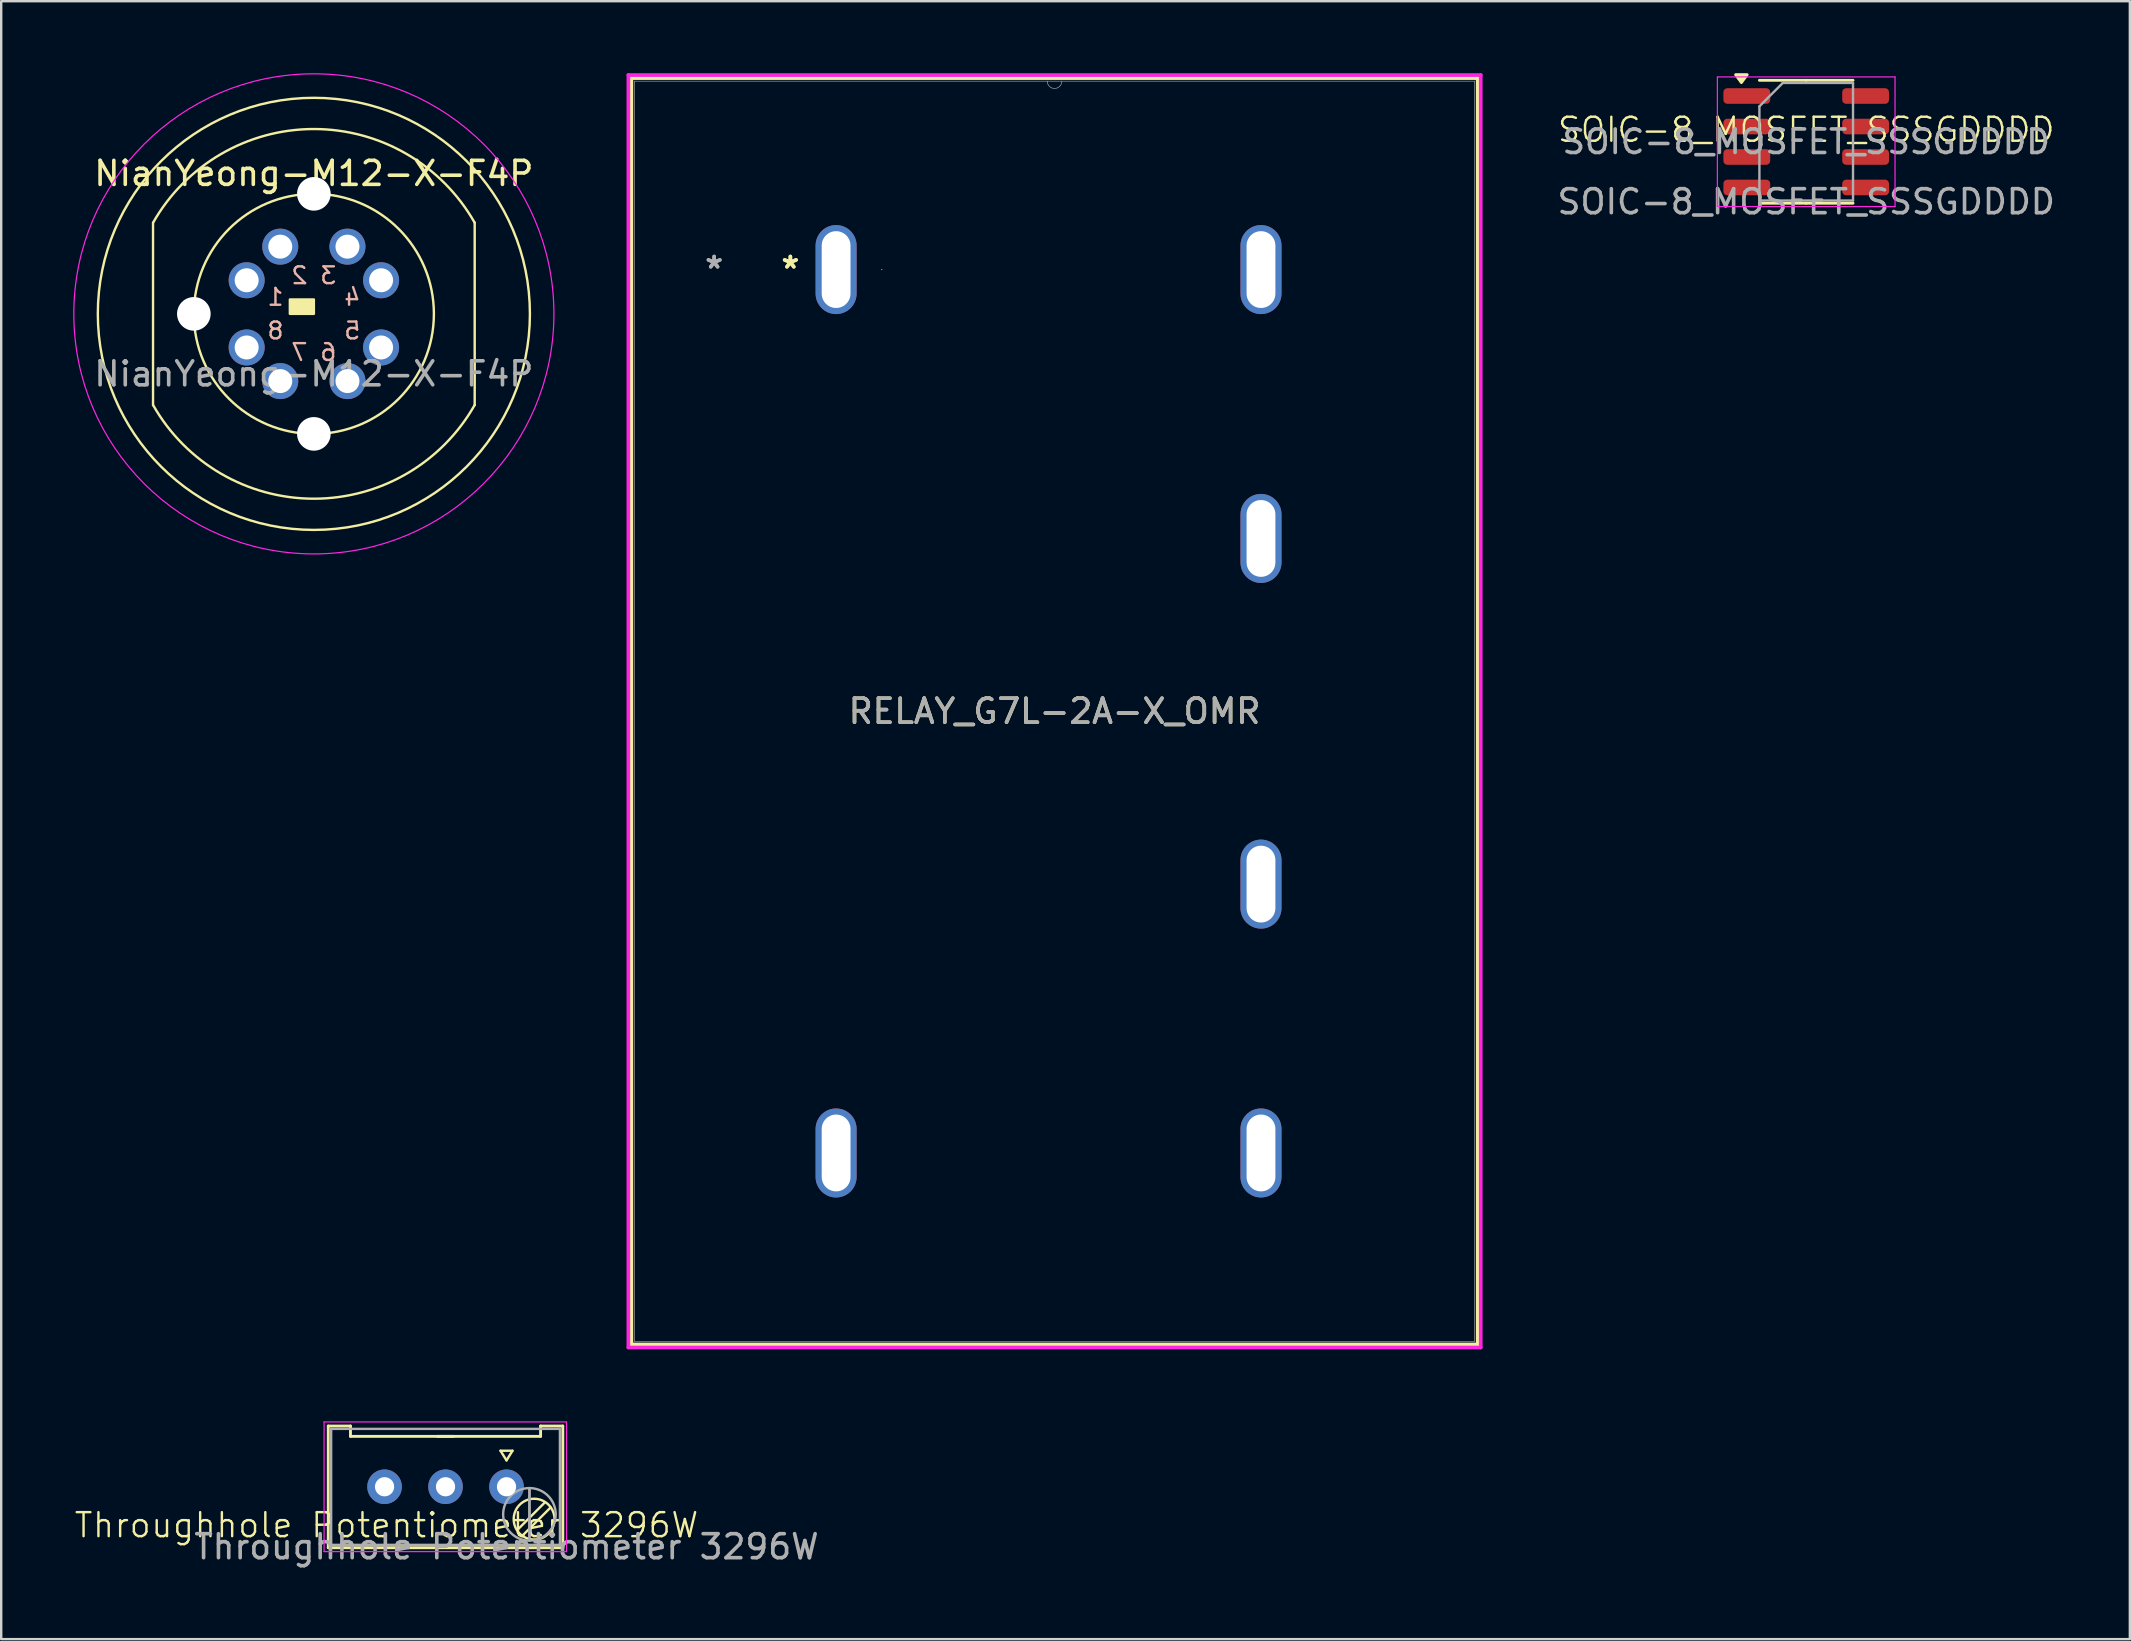
<source format=kicad_pcb>
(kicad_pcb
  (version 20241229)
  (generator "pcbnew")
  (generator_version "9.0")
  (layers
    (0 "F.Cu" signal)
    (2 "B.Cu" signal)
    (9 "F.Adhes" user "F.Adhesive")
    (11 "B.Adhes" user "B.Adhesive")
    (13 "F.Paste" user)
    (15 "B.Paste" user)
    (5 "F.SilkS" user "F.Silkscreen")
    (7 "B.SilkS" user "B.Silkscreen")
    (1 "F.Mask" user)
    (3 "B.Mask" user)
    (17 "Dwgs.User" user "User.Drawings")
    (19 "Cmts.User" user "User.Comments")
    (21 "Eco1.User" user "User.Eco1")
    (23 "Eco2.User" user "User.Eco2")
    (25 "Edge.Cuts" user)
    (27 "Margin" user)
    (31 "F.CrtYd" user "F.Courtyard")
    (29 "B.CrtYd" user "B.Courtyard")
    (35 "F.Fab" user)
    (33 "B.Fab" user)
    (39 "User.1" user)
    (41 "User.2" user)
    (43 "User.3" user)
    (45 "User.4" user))
  (footprint "RELAY_G7L-2A-X_OMR"
    (layer "F.Cu")
    (at 31.78 8.18)
    (property "Reference" "RELAY_G7L-2A-X_OMR" (at 9.1 18.4 0) (unlocked yes) (layer "F.SilkS") (effects (font (size 1 1) (thickness 0.15))))
    (attr through_hole)
    (fp_line (start -8.527 -7.977) (end -8.527 44.777) (stroke (width 0.152) (type solid)) (layer "F.SilkS"))
    (fp_line (start -8.527 44.777) (end 26.727 44.777) (stroke (width 0.152) (type solid)) (layer "F.SilkS"))
    (fp_line (start 26.727 -7.977) (end -8.527 -7.977) (stroke (width 0.152) (type solid)) (layer "F.SilkS"))
    (fp_line (start 26.727 44.777) (end 26.727 -7.977) (stroke (width 0.152) (type solid)) (layer "F.SilkS"))
    (fp_line (start -8.654 -8.104) (end 26.854 -8.104) (stroke (width 0.152) (type solid)) (layer "F.CrtYd"))
    (fp_line (start -8.654 44.904) (end -8.654 -8.104) (stroke (width 0.152) (type solid)) (layer "F.CrtYd"))
    (fp_line (start 26.854 -8.104) (end 26.854 44.904) (stroke (width 0.152) (type solid)) (layer "F.CrtYd"))
    (fp_line (start 26.854 44.904) (end -8.654 44.904) (stroke (width 0.152) (type solid)) (layer "F.CrtYd"))
    (fp_line (start -8.4 -7.85) (end -8.4 44.65) (stroke (width 0.025) (type solid)) (layer "F.Fab"))
    (fp_line (start -8.4 44.65) (end 26.6 44.65) (stroke (width 0.025) (type solid)) (layer "F.Fab"))
    (fp_line (start 26.6 -7.85) (end -8.4 -7.85) (stroke (width 0.025) (type solid)) (layer "F.Fab"))
    (fp_line (start 26.6 44.65) (end 26.6 -7.85) (stroke (width 0.025) (type solid)) (layer "F.Fab"))
    (fp_arc (start 9.4048 -7.849987) (mid 9.1 -7.545187) (end 8.7952 -7.849987) (stroke (width 0.0254) (type solid)) (layer "F.Fab"))
    (fp_circle (center 1.901 -0.000001) (end 1.901 -0.000001) (stroke (width 0.025) (type solid)) (fill no) (layer "F.Fab"))
    (fp_text user "*" (at -1.905 0 0) (layer "F.SilkS") (effects (font (size 1 1) (thickness 0.15))))
    (fp_text user "*" (at -1.905 0 0) (unlocked yes) (layer "F.SilkS") (effects (font (size 1 1) (thickness 0.15))))
    (fp_text user "*" (at -5.08 0 0) (layer "F.Fab") (effects (font (size 1 1) (thickness 0.15))))
    (fp_text user "*" (at -5.08 0 0) (unlocked yes) (layer "F.Fab") (effects (font (size 1 1) (thickness 0.15))))
    (fp_text user "${REFERENCE}" (at 9.1 18.4 0) (unlocked yes) (layer "F.Fab") (effects (font (size 1 1) (thickness 0.15))))
    (pad "0" thru_hole oval (at 0 0 90) (size 3.708 1.708) (drill oval 3.2 1.2) (layers "*.Cu" "*.Mask"))
    (pad "1" thru_hole oval (at 0 36.8 90) (size 3.708 1.708) (drill oval 3.2 1.2) (layers "*.Cu" "*.Mask"))
    (pad "2" thru_hole oval (at 17.7 0 90) (size 3.708 1.708) (drill oval 3.2 1.2) (layers "*.Cu" "*.Mask"))
    (pad "4" thru_hole oval (at 17.7 11.2 90) (size 3.708 1.708) (drill oval 3.2 1.2) (layers "*.Cu" "*.Mask"))
    (pad "6" thru_hole oval (at 17.7 25.6 90) (size 3.708 1.708) (drill oval 3.2 1.2) (layers "*.Cu" "*.Mask"))
    (pad "8" thru_hole oval (at 17.7 36.8 90) (size 3.708 1.708) (drill oval 3.2 1.2) (layers "*.Cu" "*.Mask")))
  (footprint "Throughhole Potentiometer 3296W"
    (layer "F.Cu")
    (at 18.05 58.885)
    (property "Reference" "Throughhole Potentiometer 3296W" (at -5 1.6 0) (unlocked yes) (layer "F.SilkS") (effects (font (size 1 1) (thickness 0.1))))
    (attr through_hole)
    (fp_line (start -7.425 -2.53) (end -7.425 2.54) (stroke (width 0.12) (type solid)) (layer "F.SilkS"))
    (fp_line (start -7.425 -2.53) (end -6.5 -2.53) (stroke (width 0.12) (type default)) (layer "F.SilkS"))
    (fp_line (start -7.425 2.54) (end 2.345 2.54) (stroke (width 0.12) (type solid)) (layer "F.SilkS"))
    (fp_line (start -6.5 -2.53) (end -6.5 -2.1) (stroke (width 0.12) (type default)) (layer "F.SilkS"))
    (fp_line (start -6.5 -2.1) (end -2.2 -2.1) (stroke (width 0.12) (type default)) (layer "F.SilkS"))
    (fp_line (start -0.25 -1.5) (end 0.25 -1.5) (stroke (width 0.1) (type default)) (layer "F.SilkS"))
    (fp_line (start 0 -1.1) (end -0.25 -1.5) (stroke (width 0.1) (type default)) (layer "F.SilkS"))
    (fp_line (start 0.25 -1.5) (end 0 -1.1) (stroke (width 0.1) (type default)) (layer "F.SilkS"))
    (fp_line (start 0.444 1.806) (end 1.605 0.645) (stroke (width 0.1) (type default)) (layer "F.SilkS"))
    (fp_line (start 0.664 2.036) (end 1.839 0.861) (stroke (width 0.1) (type default)) (layer "F.SilkS"))
    (fp_line (start 1.42 -2.53) (end 1.42 -2.1) (stroke (width 0.12) (type default)) (layer "F.SilkS"))
    (fp_line (start 1.42 -2.1) (end -2.88 -2.1) (stroke (width 0.12) (type default)) (layer "F.SilkS"))
    (fp_line (start 2.345 -2.53) (end 1.42 -2.53) (stroke (width 0.12) (type default)) (layer "F.SilkS"))
    (fp_line (start 2.345 -2.53) (end 2.345 2.54) (stroke (width 0.12) (type solid)) (layer "F.SilkS"))
    (fp_circle (center 1.15 1.35) (end 2 1.35) (stroke (width 0.1) (type default)) (fill no) (layer "F.SilkS"))
    (fp_line (start -7.6 -2.7) (end -7.6 2.7) (stroke (width 0.05) (type solid)) (layer "F.CrtYd"))
    (fp_line (start -7.6 2.7) (end 2.5 2.7) (stroke (width 0.05) (type solid)) (layer "F.CrtYd"))
    (fp_line (start 2.5 -2.7) (end -7.6 -2.7) (stroke (width 0.05) (type solid)) (layer "F.CrtYd"))
    (fp_line (start 2.5 2.7) (end 2.5 -2.7) (stroke (width 0.05) (type solid)) (layer "F.CrtYd"))
    (fp_line (start -7.305 -2.41) (end -7.305 2.42) (stroke (width 0.1) (type solid)) (layer "F.Fab"))
    (fp_line (start -7.305 2.42) (end 2.225 2.42) (stroke (width 0.1) (type solid)) (layer "F.Fab"))
    (fp_line (start 0.955 2.235) (end 0.956 0.066) (stroke (width 0.1) (type solid)) (layer "F.Fab"))
    (fp_line (start 0.955 2.235) (end 0.956 0.066) (stroke (width 0.1) (type solid)) (layer "F.Fab"))
    (fp_line (start 2.225 -2.41) (end -7.305 -2.41) (stroke (width 0.1) (type solid)) (layer "F.Fab"))
    (fp_line (start 2.225 2.42) (end 2.225 -2.41) (stroke (width 0.1) (type solid)) (layer "F.Fab"))
    (fp_circle (center 0.955 1.15) (end 2.05 1.15) (stroke (width 0.1) (type solid)) (fill no) (layer "F.Fab"))
    (fp_text user "${REFERENCE}" (at 0 2.5 0) (unlocked yes) (layer "F.Fab") (effects (font (size 1 1) (thickness 0.15))))
    (pad "1" thru_hole circle (at 0 0) (size 1.44 1.44) (drill 0.8) (layers "*.Cu" "*.Mask"))
    (pad "2" thru_hole circle (at -2.54 0) (size 1.44 1.44) (drill 0.8) (layers "*.Cu" "*.Mask"))
    (pad "3" thru_hole circle (at -5.08 0) (size 1.44 1.44) (drill 0.8) (layers "*.Cu" "*.Mask")))
  (footprint "SOIC-8_MOSFET_SSSGDDDD"
    (layer "F.Cu")
    (at 72.193 2.855)
    (property "Reference" "SOIC-8_MOSFET_SSSGDDDD" (at 0 -0.5 0) (unlocked yes) (layer "F.SilkS") (effects (font (size 1 1) (thickness 0.1))))
    (attr smd)
    (fp_line (start 0 -2.56) (end -1.95 -2.56) (stroke (width 0.12) (type solid)) (layer "F.SilkS"))
    (fp_line (start 0 -2.56) (end 1.95 -2.56) (stroke (width 0.12) (type solid)) (layer "F.SilkS"))
    (fp_line (start 0 2.56) (end -1.95 2.56) (stroke (width 0.12) (type solid)) (layer "F.SilkS"))
    (fp_line (start 0 2.56) (end 1.95 2.56) (stroke (width 0.12) (type solid)) (layer "F.SilkS"))
    (fp_poly (pts (xy -2.7 -2.465) (xy -2.94 -2.795) (xy -2.46 -2.795) (xy -2.7 -2.465)) (stroke (width 0.12) (type solid)) (fill yes) (layer "F.SilkS"))
    (fp_line (start -3.7 -2.7) (end -3.7 2.7) (stroke (width 0.05) (type solid)) (layer "F.CrtYd"))
    (fp_line (start -3.7 2.7) (end 3.7 2.7) (stroke (width 0.05) (type solid)) (layer "F.CrtYd"))
    (fp_line (start 3.7 -2.7) (end -3.7 -2.7) (stroke (width 0.05) (type solid)) (layer "F.CrtYd"))
    (fp_line (start 3.7 2.7) (end 3.7 -2.7) (stroke (width 0.05) (type solid)) (layer "F.CrtYd"))
    (fp_line (start -1.95 -1.475) (end -0.975 -2.45) (stroke (width 0.1) (type solid)) (layer "F.Fab"))
    (fp_line (start -1.95 2.45) (end -1.95 -1.475) (stroke (width 0.1) (type solid)) (layer "F.Fab"))
    (fp_line (start -0.975 -2.45) (end 1.95 -2.45) (stroke (width 0.1) (type solid)) (layer "F.Fab"))
    (fp_line (start 1.95 -2.45) (end 1.95 2.45) (stroke (width 0.1) (type solid)) (layer "F.Fab"))
    (fp_line (start 1.95 2.45) (end -1.95 2.45) (stroke (width 0.1) (type solid)) (layer "F.Fab"))
    (fp_text user "${REFERENCE}" (at 0 2.5 0) (unlocked yes) (layer "F.Fab") (effects (font (size 1 1) (thickness 0.15))))
    (fp_text user "${REFERENCE}" (at 0 0 0) (layer "F.Fab") (effects (font (size 0.98 0.98) (thickness 0.15))))
    (pad "D" smd roundrect (at 2.475 -1.905) (size 1.95 0.65) (layers "F.Cu" "F.Mask" "F.Paste") (roundrect_rratio 0.25))
    (pad "D" smd roundrect (at 2.475 -0.635) (size 1.95 0.65) (layers "F.Cu" "F.Mask" "F.Paste") (roundrect_rratio 0.25))
    (pad "D" smd roundrect (at 2.475 0.635) (size 1.95 0.65) (layers "F.Cu" "F.Mask" "F.Paste") (roundrect_rratio 0.25))
    (pad "D" smd roundrect (at 2.475 1.905) (size 1.95 0.65) (layers "F.Cu" "F.Mask" "F.Paste") (roundrect_rratio 0.25))
    (pad "G" smd roundrect (at -2.475 1.905) (size 1.95 0.65) (layers "F.Cu" "F.Mask" "F.Paste") (roundrect_rratio 0.25))
    (pad "S" smd roundrect (at -2.475 -1.905) (size 1.95 0.65) (layers "F.Cu" "F.Mask" "F.Paste") (roundrect_rratio 0.25))
    (pad "S" smd roundrect (at -2.475 -0.635) (size 1.95 0.65) (layers "F.Cu" "F.Mask" "F.Paste") (roundrect_rratio 0.25))
    (pad "S" smd roundrect (at -2.475 0.635) (size 1.95 0.65) (layers "F.Cu" "F.Mask" "F.Paste") (roundrect_rratio 0.25)))
  (footprint "NianYeong-M12-X-F4P"
    (layer "F.Cu")
    (at 10.025 10.025)
    (property "Reference" "NianYeong-M12-X-F4P" (at 0 -5.85 0) (unlocked yes) (layer "F.SilkS") (effects (font (size 1 1) (thickness 0.15))))
    (attr through_hole)
    (fp_line (start -6.7 -3.8) (end -6.7 3.8) (stroke (width 0.1) (type default)) (layer "F.SilkS"))
    (fp_line (start 6.7 -3.8) (end 6.7 3.8) (stroke (width 0.1) (type default)) (layer "F.SilkS"))
    (fp_rect (start -1 -0.6) (end 0 0) (stroke (width 0.1) (type default)) (fill yes) (layer "F.SilkS"))
    (fp_arc (start -6.697741 -3.798719) (mid 0 -7.7) (end 6.697741 -3.798719) (stroke (width 0.1) (type default)) (layer "F.SilkS"))
    (fp_arc (start 6.697741 3.798719) (mid 0 7.7) (end -6.697741 3.798719) (stroke (width 0.1) (type default)) (layer "F.SilkS"))
    (fp_circle (center 0 0) (end 5 0) (stroke (width 0.1) (type default)) (fill no) (layer "F.SilkS"))
    (fp_circle (center 0 0) (end 9 0) (stroke (width 0.1) (type default)) (fill no) (layer "F.SilkS"))
    (fp_circle (center 0 0) (end 10 0) (stroke (width 0.05) (type default)) (fill no) (layer "F.CrtYd"))
    (fp_text user "3" (at 0.6 -1.6 0) (unlocked yes) (layer "B.SilkS") (effects (font (size 0.7 0.7) (thickness 0.1) (bold yes)) (justify mirror)))
    (fp_text user "5" (at 1.6 0.7 0) (unlocked yes) (layer "B.SilkS") (effects (font (size 0.7 0.7) (thickness 0.1) (bold yes)) (justify mirror)))
    (fp_text user "8" (at -1.6 0.7 0) (unlocked yes) (layer "B.SilkS") (effects (font (size 0.7 0.7) (thickness 0.1) (bold yes)) (justify mirror)))
    (fp_text user "1" (at -1.6 -0.7 0) (unlocked yes) (layer "B.SilkS") (effects (font (size 0.7 0.7) (thickness 0.1) (bold yes)) (justify mirror)))
    (fp_text user "7" (at -0.6 1.6 0) (unlocked yes) (layer "B.SilkS") (effects (font (size 0.7 0.7) (thickness 0.1) (bold yes)) (justify mirror)))
    (fp_text user "6" (at 0.6 1.6 0) (unlocked yes) (layer "B.SilkS") (effects (font (size 0.7 0.7) (thickness 0.1) (bold yes)) (justify mirror)))
    (fp_text user "2" (at -0.6 -1.6 0) (unlocked yes) (layer "B.SilkS") (effects (font (size 0.7 0.7) (thickness 0.1) (bold yes)) (justify mirror)))
    (fp_text user "4" (at 1.6 -0.7 0) (unlocked yes) (layer "B.SilkS") (effects (font (size 0.7 0.7) (thickness 0.1) (bold yes)) (justify mirror)))
    (fp_text user "${REFERENCE}" (at 0 2.5 0) (unlocked yes) (layer "F.Fab") (effects (font (size 1 1) (thickness 0.15))))
    (pad "" np_thru_hole circle (at -5 0) (size 1.4 1.4) (drill 1.4) (layers "*.Cu" "*.Mask"))
    (pad "" np_thru_hole circle (at 0 -5) (size 1.4 1.4) (drill 1.4) (layers "*.Cu" "*.Mask"))
    (pad "" np_thru_hole circle (at 0 5) (size 1.4 1.4) (drill 1.4) (layers "*.Cu" "*.Mask"))
    (pad "1" thru_hole circle (at -2.8 -1.4) (size 1.5 1.5) (drill 1) (layers "*.Cu" "*.Mask"))
    (pad "2" thru_hole circle (at -1.4 -2.8) (size 1.5 1.5) (drill 1) (layers "*.Cu" "*.Mask"))
    (pad "3" thru_hole circle (at 1.4 -2.8) (size 1.5 1.5) (drill 1) (layers "*.Cu" "*.Mask"))
    (pad "4" thru_hole circle (at 2.8 -1.4) (size 1.5 1.5) (drill 1) (layers "*.Cu" "*.Mask"))
    (pad "5" thru_hole circle (at 2.8 1.4) (size 1.5 1.5) (drill 1) (layers "*.Cu" "*.Mask"))
    (pad "6" thru_hole circle (at 1.4 2.8) (size 1.5 1.5) (drill 1) (layers "*.Cu" "*.Mask"))
    (pad "7" thru_hole circle (at -1.4 2.8) (size 1.5 1.5) (drill 1) (layers "*.Cu" "*.Mask"))
    (pad "8" thru_hole circle (at -2.8 1.4) (size 1.5 1.5) (drill 1) (layers "*.Cu" "*.Mask")))
  (gr_rect
    (start -3 -3)
    (end 85.675 65.234)
    (stroke (width 0.1) (type default))
    (fill no)
    (layer "Edge.Cuts")))
</source>
